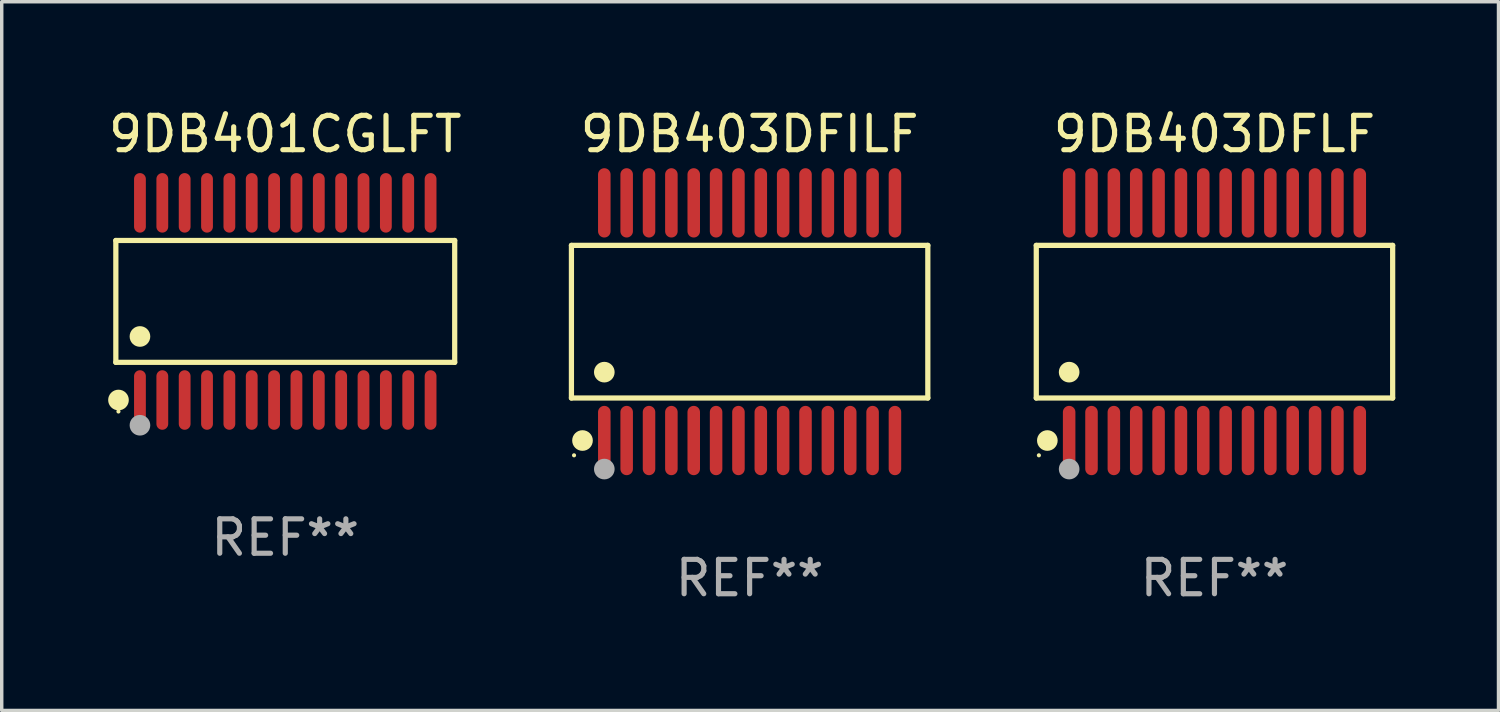
<source format=kicad_pcb>
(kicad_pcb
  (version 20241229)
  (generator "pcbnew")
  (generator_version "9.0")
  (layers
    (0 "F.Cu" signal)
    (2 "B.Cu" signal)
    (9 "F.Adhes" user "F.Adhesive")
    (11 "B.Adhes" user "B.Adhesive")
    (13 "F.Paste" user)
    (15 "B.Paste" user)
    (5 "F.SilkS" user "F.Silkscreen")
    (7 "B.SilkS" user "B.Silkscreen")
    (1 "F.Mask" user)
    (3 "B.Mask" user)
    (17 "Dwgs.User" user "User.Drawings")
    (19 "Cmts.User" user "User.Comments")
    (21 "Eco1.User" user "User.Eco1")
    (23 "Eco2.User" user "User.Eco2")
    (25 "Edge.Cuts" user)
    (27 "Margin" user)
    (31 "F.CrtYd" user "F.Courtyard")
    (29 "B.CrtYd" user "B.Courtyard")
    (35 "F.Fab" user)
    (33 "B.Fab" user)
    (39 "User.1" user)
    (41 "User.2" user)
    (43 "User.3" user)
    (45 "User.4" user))
  (footprint "9DB403DFLF"
    (layer "F.Cu")
    (at 32.26 6.303)
    (property "Reference" "9DB403DFLF" (at 0 -5.455 0) (layer "F.SilkS") (effects (font (size 1 1) (thickness 0.15))))
    (attr through_hole)
    (fp_line (start -5.181 -2.219) (end 5.181 -2.219) (stroke (width 0.152) (type solid)) (layer "F.SilkS"))
    (fp_line (start -5.181 2.219) (end -5.181 -2.219) (stroke (width 0.152) (type solid)) (layer "F.SilkS"))
    (fp_line (start 5.181 -2.219) (end 5.181 2.219) (stroke (width 0.152) (type solid)) (layer "F.SilkS"))
    (fp_line (start 5.181 2.219) (end -5.181 2.219) (stroke (width 0.152) (type solid)) (layer "F.SilkS"))
    (fp_circle (center -5.105 3.885) (end -5.075 3.885) (stroke (width 0.06) (type solid)) (fill no) (layer "F.SilkS"))
    (fp_circle (center -4.859 3.455) (end -4.709 3.455) (stroke (width 0.3) (type solid)) (fill no) (layer "F.SilkS"))
    (fp_circle (center -4.225 1.467) (end -4.075 1.467) (stroke (width 0.3) (type solid)) (fill no) (layer "F.SilkS"))
    (fp_circle (center -4.225 4.285) (end -4.075 4.285) (stroke (width 0.3) (type solid)) (fill no) (layer "F.Fab"))
    (fp_text user "REF**" (at 0 7.455 0) (layer "F.Fab") (effects (font (size 1 1) (thickness 0.15))))
    (pad "1" smd oval (at -4.225 3.455) (size 0.364 2.015) (layers "F.Cu" "F.Mask" "F.Paste"))
    (pad "2" smd oval (at -3.575 3.455) (size 0.364 2.015) (layers "F.Cu" "F.Mask" "F.Paste"))
    (pad "3" smd oval (at -2.925 3.455) (size 0.364 2.015) (layers "F.Cu" "F.Mask" "F.Paste"))
    (pad "4" smd oval (at -2.275 3.455) (size 0.364 2.015) (layers "F.Cu" "F.Mask" "F.Paste"))
    (pad "5" smd oval (at -1.625 3.455) (size 0.364 2.015) (layers "F.Cu" "F.Mask" "F.Paste"))
    (pad "6" smd oval (at -0.975 3.455) (size 0.364 2.015) (layers "F.Cu" "F.Mask" "F.Paste"))
    (pad "7" smd oval (at -0.325 3.455) (size 0.364 2.015) (layers "F.Cu" "F.Mask" "F.Paste"))
    (pad "8" smd oval (at 0.325 3.455) (size 0.364 2.015) (layers "F.Cu" "F.Mask" "F.Paste"))
    (pad "9" smd oval (at 0.975 3.455) (size 0.364 2.015) (layers "F.Cu" "F.Mask" "F.Paste"))
    (pad "10" smd oval (at 1.625 3.455) (size 0.364 2.015) (layers "F.Cu" "F.Mask" "F.Paste"))
    (pad "11" smd oval (at 2.275 3.455) (size 0.364 2.015) (layers "F.Cu" "F.Mask" "F.Paste"))
    (pad "12" smd oval (at 2.925 3.455) (size 0.364 2.015) (layers "F.Cu" "F.Mask" "F.Paste"))
    (pad "13" smd oval (at 3.575 3.455) (size 0.364 2.015) (layers "F.Cu" "F.Mask" "F.Paste"))
    (pad "14" smd oval (at 4.225 3.455) (size 0.364 2.015) (layers "F.Cu" "F.Mask" "F.Paste"))
    (pad "15" smd oval (at 4.225 -3.455) (size 0.364 2.015) (layers "F.Cu" "F.Mask" "F.Paste"))
    (pad "16" smd oval (at 3.575 -3.455) (size 0.364 2.015) (layers "F.Cu" "F.Mask" "F.Paste"))
    (pad "17" smd oval (at 2.925 -3.455) (size 0.364 2.015) (layers "F.Cu" "F.Mask" "F.Paste"))
    (pad "18" smd oval (at 2.275 -3.455) (size 0.364 2.015) (layers "F.Cu" "F.Mask" "F.Paste"))
    (pad "19" smd oval (at 1.625 -3.455) (size 0.364 2.015) (layers "F.Cu" "F.Mask" "F.Paste"))
    (pad "20" smd oval (at 0.975 -3.455) (size 0.364 2.015) (layers "F.Cu" "F.Mask" "F.Paste"))
    (pad "21" smd oval (at 0.325 -3.455) (size 0.364 2.015) (layers "F.Cu" "F.Mask" "F.Paste"))
    (pad "22" smd oval (at -0.325 -3.455) (size 0.364 2.015) (layers "F.Cu" "F.Mask" "F.Paste"))
    (pad "23" smd oval (at -0.975 -3.455) (size 0.364 2.015) (layers "F.Cu" "F.Mask" "F.Paste"))
    (pad "24" smd oval (at -1.625 -3.455) (size 0.364 2.015) (layers "F.Cu" "F.Mask" "F.Paste"))
    (pad "25" smd oval (at -2.275 -3.455) (size 0.364 2.015) (layers "F.Cu" "F.Mask" "F.Paste"))
    (pad "26" smd oval (at -2.925 -3.455) (size 0.364 2.015) (layers "F.Cu" "F.Mask" "F.Paste"))
    (pad "27" smd oval (at -3.575 -3.455) (size 0.364 2.015) (layers "F.Cu" "F.Mask" "F.Paste"))
    (pad "28" smd oval (at -4.225 -3.455) (size 0.364 2.015) (layers "F.Cu" "F.Mask" "F.Paste")))
  (footprint "9DB403DFILF"
    (layer "F.Cu")
    (at 18.745 6.303)
    (property "Reference" "9DB403DFILF" (at 0 -5.455 0) (layer "F.SilkS") (effects (font (size 1 1) (thickness 0.15))))
    (attr through_hole)
    (fp_line (start -5.181 -2.219) (end 5.181 -2.219) (stroke (width 0.152) (type solid)) (layer "F.SilkS"))
    (fp_line (start -5.181 2.219) (end -5.181 -2.219) (stroke (width 0.152) (type solid)) (layer "F.SilkS"))
    (fp_line (start 5.181 -2.219) (end 5.181 2.219) (stroke (width 0.152) (type solid)) (layer "F.SilkS"))
    (fp_line (start 5.181 2.219) (end -5.181 2.219) (stroke (width 0.152) (type solid)) (layer "F.SilkS"))
    (fp_circle (center -5.105 3.885) (end -5.075 3.885) (stroke (width 0.06) (type solid)) (fill no) (layer "F.SilkS"))
    (fp_circle (center -4.859 3.455) (end -4.709 3.455) (stroke (width 0.3) (type solid)) (fill no) (layer "F.SilkS"))
    (fp_circle (center -4.225 1.467) (end -4.075 1.467) (stroke (width 0.3) (type solid)) (fill no) (layer "F.SilkS"))
    (fp_circle (center -4.225 4.285) (end -4.075 4.285) (stroke (width 0.3) (type solid)) (fill no) (layer "F.Fab"))
    (fp_text user "REF**" (at 0 7.455 0) (layer "F.Fab") (effects (font (size 1 1) (thickness 0.15))))
    (pad "1" smd oval (at -4.225 3.455) (size 0.364 2.015) (layers "F.Cu" "F.Mask" "F.Paste"))
    (pad "2" smd oval (at -3.575 3.455) (size 0.364 2.015) (layers "F.Cu" "F.Mask" "F.Paste"))
    (pad "3" smd oval (at -2.925 3.455) (size 0.364 2.015) (layers "F.Cu" "F.Mask" "F.Paste"))
    (pad "4" smd oval (at -2.275 3.455) (size 0.364 2.015) (layers "F.Cu" "F.Mask" "F.Paste"))
    (pad "5" smd oval (at -1.625 3.455) (size 0.364 2.015) (layers "F.Cu" "F.Mask" "F.Paste"))
    (pad "6" smd oval (at -0.975 3.455) (size 0.364 2.015) (layers "F.Cu" "F.Mask" "F.Paste"))
    (pad "7" smd oval (at -0.325 3.455) (size 0.364 2.015) (layers "F.Cu" "F.Mask" "F.Paste"))
    (pad "8" smd oval (at 0.325 3.455) (size 0.364 2.015) (layers "F.Cu" "F.Mask" "F.Paste"))
    (pad "9" smd oval (at 0.975 3.455) (size 0.364 2.015) (layers "F.Cu" "F.Mask" "F.Paste"))
    (pad "10" smd oval (at 1.625 3.455) (size 0.364 2.015) (layers "F.Cu" "F.Mask" "F.Paste"))
    (pad "11" smd oval (at 2.275 3.455) (size 0.364 2.015) (layers "F.Cu" "F.Mask" "F.Paste"))
    (pad "12" smd oval (at 2.925 3.455) (size 0.364 2.015) (layers "F.Cu" "F.Mask" "F.Paste"))
    (pad "13" smd oval (at 3.575 3.455) (size 0.364 2.015) (layers "F.Cu" "F.Mask" "F.Paste"))
    (pad "14" smd oval (at 4.225 3.455) (size 0.364 2.015) (layers "F.Cu" "F.Mask" "F.Paste"))
    (pad "15" smd oval (at 4.225 -3.455) (size 0.364 2.015) (layers "F.Cu" "F.Mask" "F.Paste"))
    (pad "16" smd oval (at 3.575 -3.455) (size 0.364 2.015) (layers "F.Cu" "F.Mask" "F.Paste"))
    (pad "17" smd oval (at 2.925 -3.455) (size 0.364 2.015) (layers "F.Cu" "F.Mask" "F.Paste"))
    (pad "18" smd oval (at 2.275 -3.455) (size 0.364 2.015) (layers "F.Cu" "F.Mask" "F.Paste"))
    (pad "19" smd oval (at 1.625 -3.455) (size 0.364 2.015) (layers "F.Cu" "F.Mask" "F.Paste"))
    (pad "20" smd oval (at 0.975 -3.455) (size 0.364 2.015) (layers "F.Cu" "F.Mask" "F.Paste"))
    (pad "21" smd oval (at 0.325 -3.455) (size 0.364 2.015) (layers "F.Cu" "F.Mask" "F.Paste"))
    (pad "22" smd oval (at -0.325 -3.455) (size 0.364 2.015) (layers "F.Cu" "F.Mask" "F.Paste"))
    (pad "23" smd oval (at -0.975 -3.455) (size 0.364 2.015) (layers "F.Cu" "F.Mask" "F.Paste"))
    (pad "24" smd oval (at -1.625 -3.455) (size 0.364 2.015) (layers "F.Cu" "F.Mask" "F.Paste"))
    (pad "25" smd oval (at -2.275 -3.455) (size 0.364 2.015) (layers "F.Cu" "F.Mask" "F.Paste"))
    (pad "26" smd oval (at -2.925 -3.455) (size 0.364 2.015) (layers "F.Cu" "F.Mask" "F.Paste"))
    (pad "27" smd oval (at -3.575 -3.455) (size 0.364 2.015) (layers "F.Cu" "F.Mask" "F.Paste"))
    (pad "28" smd oval (at -4.225 -3.455) (size 0.364 2.015) (layers "F.Cu" "F.Mask" "F.Paste")))
  (footprint "9DB401CGLFT"
    (layer "F.Cu")
    (at 5.244 5.714)
    (property "Reference" "9DB401CGLFT" (at 0 -4.866 0) (layer "F.SilkS") (effects (font (size 1 1) (thickness 0.15))))
    (attr through_hole)
    (fp_line (start -4.926 -1.772) (end 4.926 -1.772) (stroke (width 0.152) (type solid)) (layer "F.SilkS"))
    (fp_line (start -4.926 1.771) (end -4.926 -1.772) (stroke (width 0.152) (type solid)) (layer "F.SilkS"))
    (fp_line (start 4.926 -1.772) (end 4.926 1.771) (stroke (width 0.152) (type solid)) (layer "F.SilkS"))
    (fp_line (start 4.926 1.771) (end -4.926 1.771) (stroke (width 0.152) (type solid)) (layer "F.SilkS"))
    (fp_circle (center -4.85 3.2) (end -4.82 3.2) (stroke (width 0.06) (type solid)) (fill no) (layer "F.SilkS"))
    (fp_circle (center -4.849 2.866) (end -4.699 2.866) (stroke (width 0.3) (type solid)) (fill no) (layer "F.SilkS"))
    (fp_circle (center -4.225 1.019) (end -4.075 1.019) (stroke (width 0.3) (type solid)) (fill no) (layer "F.SilkS"))
    (fp_circle (center -4.225 3.6) (end -4.075 3.6) (stroke (width 0.3) (type solid)) (fill no) (layer "F.Fab"))
    (fp_text user "REF**" (at 0 6.866 0) (layer "F.Fab") (effects (font (size 1 1) (thickness 0.15))))
    (pad "1" smd oval (at -4.225 2.866) (size 0.343 1.731) (layers "F.Cu" "F.Mask" "F.Paste"))
    (pad "2" smd oval (at -3.575 2.866) (size 0.343 1.731) (layers "F.Cu" "F.Mask" "F.Paste"))
    (pad "3" smd oval (at -2.925 2.866) (size 0.343 1.731) (layers "F.Cu" "F.Mask" "F.Paste"))
    (pad "4" smd oval (at -2.275 2.866) (size 0.343 1.731) (layers "F.Cu" "F.Mask" "F.Paste"))
    (pad "5" smd oval (at -1.625 2.866) (size 0.343 1.731) (layers "F.Cu" "F.Mask" "F.Paste"))
    (pad "6" smd oval (at -0.975 2.866) (size 0.343 1.731) (layers "F.Cu" "F.Mask" "F.Paste"))
    (pad "7" smd oval (at -0.325 2.866) (size 0.343 1.731) (layers "F.Cu" "F.Mask" "F.Paste"))
    (pad "8" smd oval (at 0.325 2.866) (size 0.343 1.731) (layers "F.Cu" "F.Mask" "F.Paste"))
    (pad "9" smd oval (at 0.975 2.866) (size 0.343 1.731) (layers "F.Cu" "F.Mask" "F.Paste"))
    (pad "10" smd oval (at 1.625 2.866) (size 0.343 1.731) (layers "F.Cu" "F.Mask" "F.Paste"))
    (pad "11" smd oval (at 2.275 2.866) (size 0.343 1.731) (layers "F.Cu" "F.Mask" "F.Paste"))
    (pad "12" smd oval (at 2.925 2.866) (size 0.343 1.731) (layers "F.Cu" "F.Mask" "F.Paste"))
    (pad "13" smd oval (at 3.575 2.866) (size 0.343 1.731) (layers "F.Cu" "F.Mask" "F.Paste"))
    (pad "14" smd oval (at 4.225 2.866) (size 0.343 1.731) (layers "F.Cu" "F.Mask" "F.Paste"))
    (pad "15" smd oval (at 4.225 -2.866) (size 0.343 1.731) (layers "F.Cu" "F.Mask" "F.Paste"))
    (pad "16" smd oval (at 3.575 -2.866) (size 0.343 1.731) (layers "F.Cu" "F.Mask" "F.Paste"))
    (pad "17" smd oval (at 2.925 -2.866) (size 0.343 1.731) (layers "F.Cu" "F.Mask" "F.Paste"))
    (pad "18" smd oval (at 2.275 -2.866) (size 0.343 1.731) (layers "F.Cu" "F.Mask" "F.Paste"))
    (pad "19" smd oval (at 1.625 -2.866) (size 0.343 1.731) (layers "F.Cu" "F.Mask" "F.Paste"))
    (pad "20" smd oval (at 0.975 -2.866) (size 0.343 1.731) (layers "F.Cu" "F.Mask" "F.Paste"))
    (pad "21" smd oval (at 0.325 -2.866) (size 0.343 1.731) (layers "F.Cu" "F.Mask" "F.Paste"))
    (pad "22" smd oval (at -0.325 -2.866) (size 0.343 1.731) (layers "F.Cu" "F.Mask" "F.Paste"))
    (pad "23" smd oval (at -0.975 -2.866) (size 0.343 1.731) (layers "F.Cu" "F.Mask" "F.Paste"))
    (pad "24" smd oval (at -1.625 -2.866) (size 0.343 1.731) (layers "F.Cu" "F.Mask" "F.Paste"))
    (pad "25" smd oval (at -2.275 -2.866) (size 0.343 1.731) (layers "F.Cu" "F.Mask" "F.Paste"))
    (pad "26" smd oval (at -2.925 -2.866) (size 0.343 1.731) (layers "F.Cu" "F.Mask" "F.Paste"))
    (pad "27" smd oval (at -3.575 -2.866) (size 0.343 1.731) (layers "F.Cu" "F.Mask" "F.Paste"))
    (pad "28" smd oval (at -4.225 -2.866) (size 0.343 1.731) (layers "F.Cu" "F.Mask" "F.Paste")))
  (gr_rect
    (start -3 -3)
    (end 40.518 17.607)
    (stroke (width 0.1) (type default))
    (fill no)
    (layer "Edge.Cuts")))
</source>
